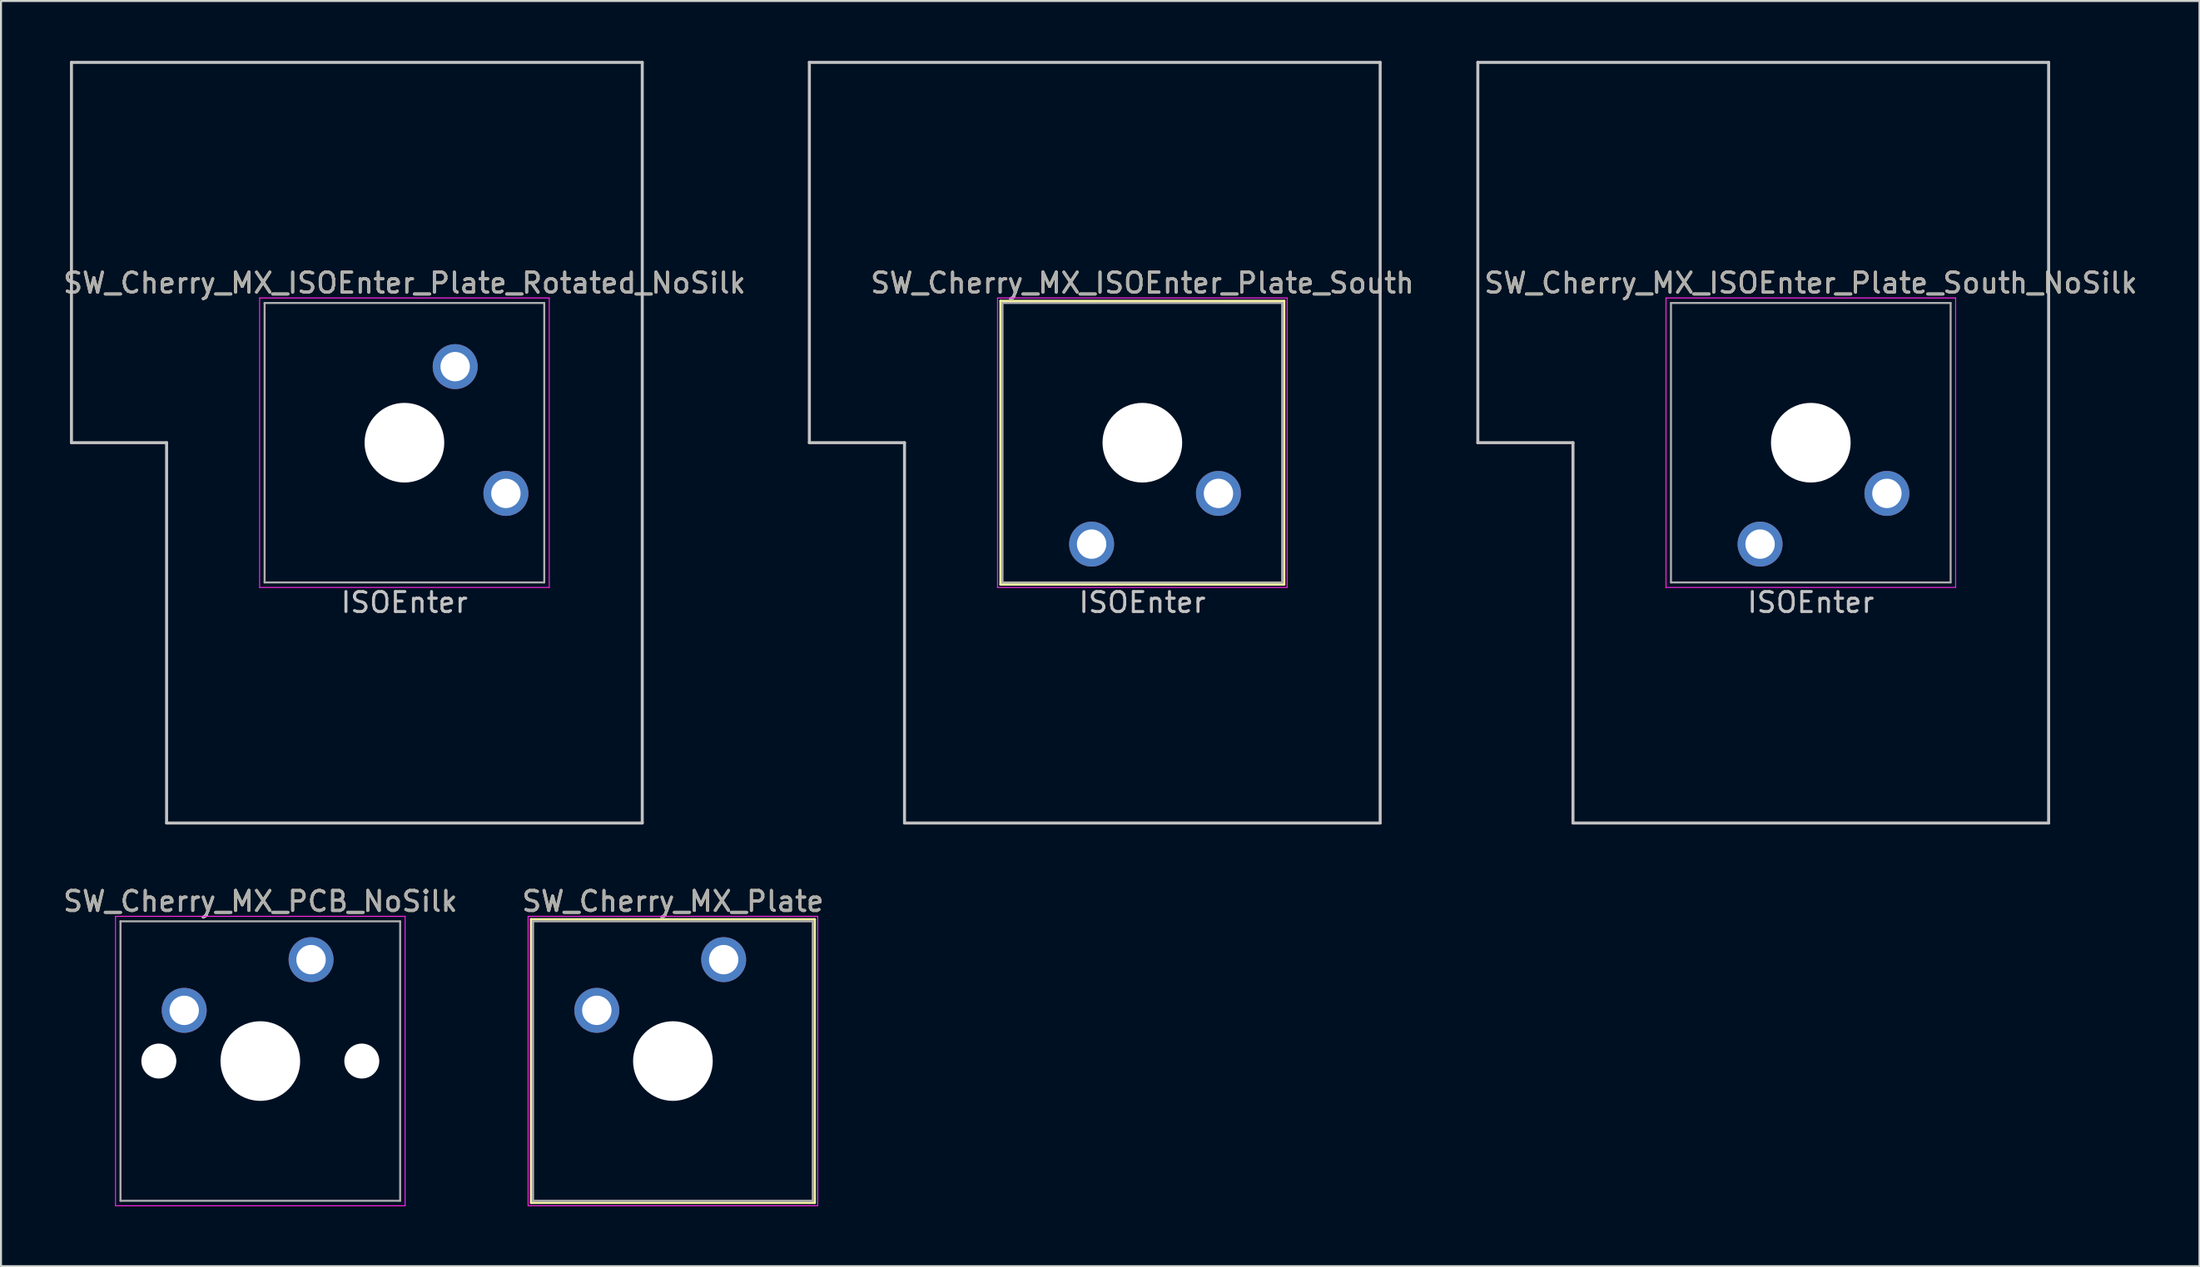
<source format=kicad_pcb>
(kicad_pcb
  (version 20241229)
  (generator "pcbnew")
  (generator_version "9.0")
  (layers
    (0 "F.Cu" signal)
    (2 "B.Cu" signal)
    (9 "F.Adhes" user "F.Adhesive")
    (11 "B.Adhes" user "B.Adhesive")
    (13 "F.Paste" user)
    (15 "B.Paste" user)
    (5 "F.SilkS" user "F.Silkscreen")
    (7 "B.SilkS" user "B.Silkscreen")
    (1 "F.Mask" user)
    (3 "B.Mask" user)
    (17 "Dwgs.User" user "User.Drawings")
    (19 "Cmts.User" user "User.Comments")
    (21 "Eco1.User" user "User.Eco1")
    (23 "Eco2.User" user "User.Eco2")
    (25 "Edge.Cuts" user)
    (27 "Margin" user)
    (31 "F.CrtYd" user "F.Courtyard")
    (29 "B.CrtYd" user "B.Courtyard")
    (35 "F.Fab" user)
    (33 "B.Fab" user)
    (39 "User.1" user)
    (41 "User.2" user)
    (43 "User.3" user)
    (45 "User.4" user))
  (footprint "SW_Cherry_MX_ISOEnter_Plate_Rotated_NoSilk"
    (layer "F.Cu")
    (at 17.196 19.125)
    (property "Reference" "SW_Cherry_MX_ISOEnter_Plate_Rotated_NoSilk" (at 0 -8 0) (layer "F.SilkS") (effects (font (size 1 1) (thickness 0.15))))
    (attr through_hole)
    (fp_line (start -16.669 -19.05) (end -16.669 0) (stroke (width 0.15) (type solid)) (layer "Dwgs.User"))
    (fp_line (start -16.669 -19.05) (end 11.906 -19.05) (stroke (width 0.15) (type solid)) (layer "Dwgs.User"))
    (fp_line (start -11.906 0) (end -16.669 0) (stroke (width 0.15) (type solid)) (layer "Dwgs.User"))
    (fp_line (start -11.906 19.05) (end -11.906 0) (stroke (width 0.15) (type solid)) (layer "Dwgs.User"))
    (fp_line (start -11.906 19.05) (end 11.906 19.05) (stroke (width 0.15) (type solid)) (layer "Dwgs.User"))
    (fp_line (start 11.906 -19.05) (end 11.906 19.05) (stroke (width 0.15) (type solid)) (layer "Dwgs.User"))
    (fp_line (start -7.25 -7.25) (end 7.25 -7.25) (stroke (width 0.05) (type solid)) (layer "F.CrtYd"))
    (fp_line (start -7.25 7.25) (end -7.25 -7.25) (stroke (width 0.05) (type solid)) (layer "F.CrtYd"))
    (fp_line (start 7.25 -7.25) (end 7.25 7.25) (stroke (width 0.05) (type solid)) (layer "F.CrtYd"))
    (fp_line (start 7.25 7.25) (end -7.25 7.25) (stroke (width 0.05) (type solid)) (layer "F.CrtYd"))
    (fp_line (start -7 -7) (end 7 -7) (stroke (width 0.1) (type solid)) (layer "F.Fab"))
    (fp_line (start -7 7) (end -7 -7) (stroke (width 0.1) (type solid)) (layer "F.Fab"))
    (fp_line (start 7 -7) (end 7 7) (stroke (width 0.1) (type solid)) (layer "F.Fab"))
    (fp_line (start 7 7) (end -7 7) (stroke (width 0.1) (type solid)) (layer "F.Fab"))
    (fp_text user "ISOEnter" (at 0 8 0) (layer "Dwgs.User") (effects (font (size 1 1) (thickness 0.15))))
    (fp_text user "${REFERENCE}" (at 0 -8 0) (layer "F.Fab") (effects (font (size 1 1) (thickness 0.15))))
    (pad "" np_thru_hole circle (at 0 0) (size 3.988 3.988) (drill 3.988) (layers "*.Cu" "*.Mask"))
    (pad "1" thru_hole circle (at 2.54 -3.81) (size 2.25 2.25) (drill 1.47) (layers "*.Cu" "B.Mask"))
    (pad "2" thru_hole circle (at 5.08 2.54) (size 2.25 2.25) (drill 1.47) (layers "*.Cu" "B.Mask")))
  (footprint "SW_Cherry_MX_ISOEnter_Plate_South_NoSilk"
    (layer "F.Cu")
    (at 87.601 19.125)
    (property "Reference" "SW_Cherry_MX_ISOEnter_Plate_South_NoSilk" (at 0 -8 0) (layer "F.SilkS") (effects (font (size 1 1) (thickness 0.15))))
    (attr through_hole)
    (fp_line (start -16.669 -19.05) (end -16.669 0) (stroke (width 0.15) (type solid)) (layer "Dwgs.User"))
    (fp_line (start -16.669 -19.05) (end 11.906 -19.05) (stroke (width 0.15) (type solid)) (layer "Dwgs.User"))
    (fp_line (start -11.906 0) (end -16.669 0) (stroke (width 0.15) (type solid)) (layer "Dwgs.User"))
    (fp_line (start -11.906 19.05) (end -11.906 0) (stroke (width 0.15) (type solid)) (layer "Dwgs.User"))
    (fp_line (start -11.906 19.05) (end 11.906 19.05) (stroke (width 0.15) (type solid)) (layer "Dwgs.User"))
    (fp_line (start 11.906 -19.05) (end 11.906 19.05) (stroke (width 0.15) (type solid)) (layer "Dwgs.User"))
    (fp_line (start -7.25 -7.25) (end 7.25 -7.25) (stroke (width 0.05) (type solid)) (layer "F.CrtYd"))
    (fp_line (start -7.25 7.25) (end -7.25 -7.25) (stroke (width 0.05) (type solid)) (layer "F.CrtYd"))
    (fp_line (start 7.25 -7.25) (end 7.25 7.25) (stroke (width 0.05) (type solid)) (layer "F.CrtYd"))
    (fp_line (start 7.25 7.25) (end -7.25 7.25) (stroke (width 0.05) (type solid)) (layer "F.CrtYd"))
    (fp_line (start -7 -7) (end 7 -7) (stroke (width 0.1) (type solid)) (layer "F.Fab"))
    (fp_line (start -7 7) (end -7 -7) (stroke (width 0.1) (type solid)) (layer "F.Fab"))
    (fp_line (start 7 -7) (end 7 7) (stroke (width 0.1) (type solid)) (layer "F.Fab"))
    (fp_line (start 7 7) (end -7 7) (stroke (width 0.1) (type solid)) (layer "F.Fab"))
    (fp_text user "ISOEnter" (at 0 8 0) (layer "Dwgs.User") (effects (font (size 1 1) (thickness 0.15))))
    (fp_text user "${REFERENCE}" (at 0 -8 0) (layer "F.Fab") (effects (font (size 1 1) (thickness 0.15))))
    (pad "" np_thru_hole circle (at 0 0 180) (size 3.988 3.988) (drill 3.988) (layers "*.Cu" "*.Mask"))
    (pad "1" thru_hole circle (at 3.81 2.54 180) (size 2.25 2.25) (drill 1.47) (layers "*.Cu" "B.Mask"))
    (pad "2" thru_hole circle (at -2.54 5.08 180) (size 2.25 2.25) (drill 1.47) (layers "*.Cu" "B.Mask")))
  (footprint "SW_Cherry_MX_PCB_NoSilk"
    (layer "F.Cu")
    (at 9.982 50.098)
    (property "Reference" "SW_Cherry_MX_PCB_NoSilk" (at 0 -8 0) (layer "F.SilkS") (effects (font (size 1 1) (thickness 0.15))))
    (attr through_hole)
    (fp_line (start -7.25 -7.25) (end 7.25 -7.25) (stroke (width 0.05) (type solid)) (layer "F.CrtYd"))
    (fp_line (start -7.25 7.25) (end -7.25 -7.25) (stroke (width 0.05) (type solid)) (layer "F.CrtYd"))
    (fp_line (start 7.25 -7.25) (end 7.25 7.25) (stroke (width 0.05) (type solid)) (layer "F.CrtYd"))
    (fp_line (start 7.25 7.25) (end -7.25 7.25) (stroke (width 0.05) (type solid)) (layer "F.CrtYd"))
    (fp_line (start -7 -7) (end 7 -7) (stroke (width 0.1) (type solid)) (layer "F.Fab"))
    (fp_line (start -7 7) (end -7 -7) (stroke (width 0.1) (type solid)) (layer "F.Fab"))
    (fp_line (start 7 -7) (end 7 7) (stroke (width 0.1) (type solid)) (layer "F.Fab"))
    (fp_line (start 7 7) (end -7 7) (stroke (width 0.1) (type solid)) (layer "F.Fab"))
    (fp_text user "${REFERENCE}" (at 0 -8 0) (layer "F.Fab") (effects (font (size 1 1) (thickness 0.15))))
    (pad "" np_thru_hole circle (at -5.08 0 48.1) (size 1.75 1.75) (drill 1.75) (layers "*.Cu" "*.Mask"))
    (pad "" np_thru_hole circle (at 0 0) (size 3.988 3.988) (drill 3.988) (layers "*.Cu" "*.Mask"))
    (pad "" np_thru_hole circle (at 5.08 0 48.1) (size 1.75 1.75) (drill 1.75) (layers "*.Cu" "*.Mask"))
    (pad "1" thru_hole circle (at -3.81 -2.54) (size 2.25 2.25) (drill 1.47) (layers "*.Cu" "B.Mask"))
    (pad "2" thru_hole circle (at 2.54 -5.08) (size 2.25 2.25) (drill 1.47) (layers "*.Cu" "B.Mask")))
  (footprint "SW_Cherry_MX_ISOEnter_Plate_South"
    (layer "F.Cu")
    (at 54.137 19.125)
    (property "Reference" "SW_Cherry_MX_ISOEnter_Plate_South" (at 0 -8 0) (layer "F.SilkS") (effects (font (size 1 1) (thickness 0.15))))
    (attr through_hole)
    (fp_line (start -7.1 -7.1) (end 7.1 -7.1) (stroke (width 0.12) (type solid)) (layer "F.SilkS"))
    (fp_line (start -7.1 7.1) (end -7.1 -7.1) (stroke (width 0.12) (type solid)) (layer "F.SilkS"))
    (fp_line (start 7.1 -7.1) (end 7.1 7.1) (stroke (width 0.12) (type solid)) (layer "F.SilkS"))
    (fp_line (start 7.1 7.1) (end -7.1 7.1) (stroke (width 0.12) (type solid)) (layer "F.SilkS"))
    (fp_line (start -16.669 -19.05) (end -16.669 0) (stroke (width 0.15) (type solid)) (layer "Dwgs.User"))
    (fp_line (start -16.669 -19.05) (end 11.906 -19.05) (stroke (width 0.15) (type solid)) (layer "Dwgs.User"))
    (fp_line (start -11.906 0) (end -16.669 0) (stroke (width 0.15) (type solid)) (layer "Dwgs.User"))
    (fp_line (start -11.906 19.05) (end -11.906 0) (stroke (width 0.15) (type solid)) (layer "Dwgs.User"))
    (fp_line (start -11.906 19.05) (end 11.906 19.05) (stroke (width 0.15) (type solid)) (layer "Dwgs.User"))
    (fp_line (start 11.906 -19.05) (end 11.906 19.05) (stroke (width 0.15) (type solid)) (layer "Dwgs.User"))
    (fp_line (start -7.25 -7.25) (end 7.25 -7.25) (stroke (width 0.05) (type solid)) (layer "F.CrtYd"))
    (fp_line (start -7.25 7.25) (end -7.25 -7.25) (stroke (width 0.05) (type solid)) (layer "F.CrtYd"))
    (fp_line (start 7.25 -7.25) (end 7.25 7.25) (stroke (width 0.05) (type solid)) (layer "F.CrtYd"))
    (fp_line (start 7.25 7.25) (end -7.25 7.25) (stroke (width 0.05) (type solid)) (layer "F.CrtYd"))
    (fp_line (start -7 -7) (end 7 -7) (stroke (width 0.1) (type solid)) (layer "F.Fab"))
    (fp_line (start -7 7) (end -7 -7) (stroke (width 0.1) (type solid)) (layer "F.Fab"))
    (fp_line (start 7 -7) (end 7 7) (stroke (width 0.1) (type solid)) (layer "F.Fab"))
    (fp_line (start 7 7) (end -7 7) (stroke (width 0.1) (type solid)) (layer "F.Fab"))
    (fp_text user "ISOEnter" (at 0 8 0) (layer "Dwgs.User") (effects (font (size 1 1) (thickness 0.15))))
    (fp_text user "${REFERENCE}" (at 0 -8 0) (layer "F.Fab") (effects (font (size 1 1) (thickness 0.15))))
    (pad "" np_thru_hole circle (at 0 0 180) (size 3.988 3.988) (drill 3.988) (layers "*.Cu" "*.Mask"))
    (pad "1" thru_hole circle (at 3.81 2.54 180) (size 2.25 2.25) (drill 1.47) (layers "*.Cu" "B.Mask"))
    (pad "2" thru_hole circle (at -2.54 5.08 180) (size 2.25 2.25) (drill 1.47) (layers "*.Cu" "B.Mask")))
  (footprint "SW_Cherry_MX_Plate"
    (layer "F.Cu")
    (at 30.637 50.098)
    (property "Reference" "SW_Cherry_MX_Plate" (at 0 -8 0) (layer "F.SilkS") (effects (font (size 1 1) (thickness 0.15))))
    (attr through_hole)
    (fp_line (start -7.1 -7.1) (end 7.1 -7.1) (stroke (width 0.12) (type solid)) (layer "F.SilkS"))
    (fp_line (start -7.1 7.1) (end -7.1 -7.1) (stroke (width 0.12) (type solid)) (layer "F.SilkS"))
    (fp_line (start 7.1 -7.1) (end 7.1 7.1) (stroke (width 0.12) (type solid)) (layer "F.SilkS"))
    (fp_line (start 7.1 7.1) (end -7.1 7.1) (stroke (width 0.12) (type solid)) (layer "F.SilkS"))
    (fp_line (start -7.25 -7.25) (end 7.25 -7.25) (stroke (width 0.05) (type solid)) (layer "F.CrtYd"))
    (fp_line (start -7.25 7.25) (end -7.25 -7.25) (stroke (width 0.05) (type solid)) (layer "F.CrtYd"))
    (fp_line (start 7.25 -7.25) (end 7.25 7.25) (stroke (width 0.05) (type solid)) (layer "F.CrtYd"))
    (fp_line (start 7.25 7.25) (end -7.25 7.25) (stroke (width 0.05) (type solid)) (layer "F.CrtYd"))
    (fp_line (start -7 -7) (end 7 -7) (stroke (width 0.1) (type solid)) (layer "F.Fab"))
    (fp_line (start -7 7) (end -7 -7) (stroke (width 0.1) (type solid)) (layer "F.Fab"))
    (fp_line (start 7 -7) (end 7 7) (stroke (width 0.1) (type solid)) (layer "F.Fab"))
    (fp_line (start 7 7) (end -7 7) (stroke (width 0.1) (type solid)) (layer "F.Fab"))
    (fp_text user "${REFERENCE}" (at 0 -8 0) (layer "F.Fab") (effects (font (size 1 1) (thickness 0.15))))
    (pad "" np_thru_hole circle (at 0 0) (size 3.988 3.988) (drill 3.988) (layers "*.Cu" "*.Mask"))
    (pad "1" thru_hole circle (at -3.81 -2.54) (size 2.25 2.25) (drill 1.47) (layers "*.Cu" "B.Mask"))
    (pad "2" thru_hole circle (at 2.54 -5.08) (size 2.25 2.25) (drill 1.47) (layers "*.Cu" "B.Mask")))
  (gr_rect
    (start -3 -3)
    (end 107.059 60.373)
    (stroke (width 0.1) (type default))
    (fill no)
    (layer "Edge.Cuts")))
</source>
